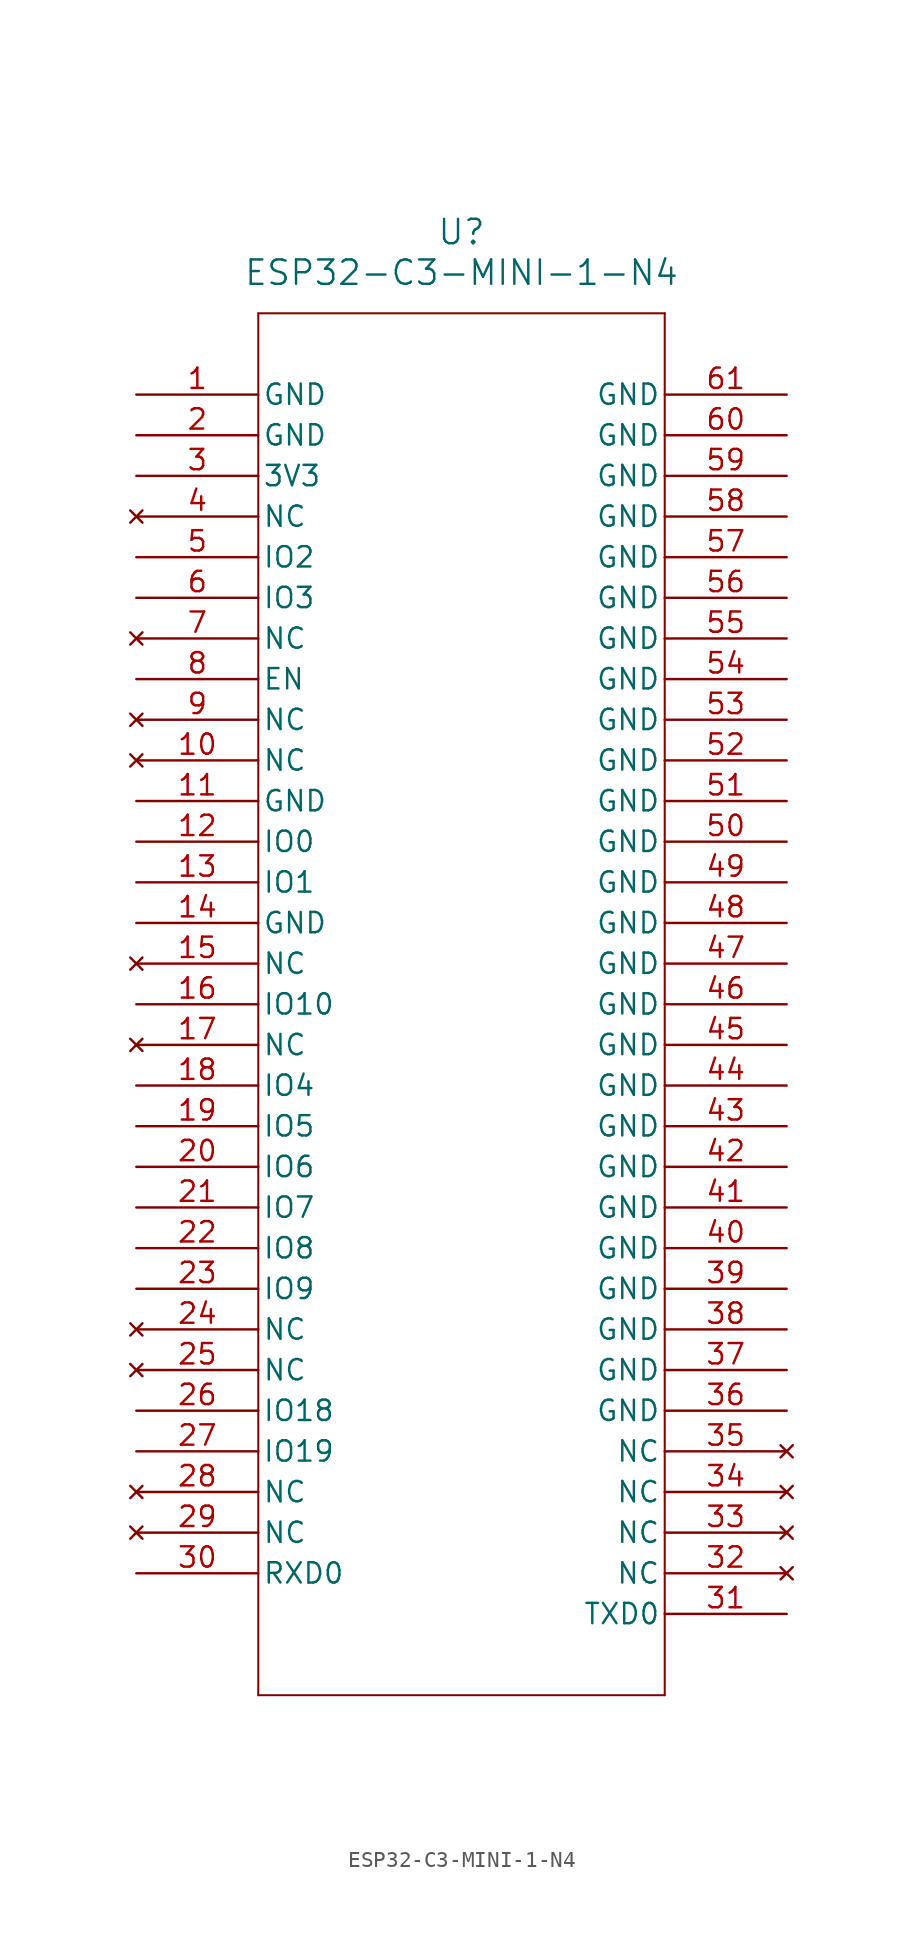
<source format=kicad_sym>
(kicad_symbol_lib
  (version 20231120)
  (generator "kicad_symbol_editor")
  (generator_version "8.0")
  (symbol "ESP32-C3-MINI-1-N4"
    (pin_names
      (offset 0.254))
    (property "Reference" "U"
      (at 20.32 10.16 0)
      (effects (font (size 1.524 1.524))))
    (property "Value" "ESP32-C3-MINI-1-N4"
      (at 20.32 7.62 0)
      (effects (font (size 1.524 1.524))))
    (property "ki_locked" ""
      (at 0 0 0)
      (effects (font (size 1.27 1.27))))
    (symbol "ESP32-C3-MINI-1-N4_0_1"
      (polyline (pts (xy 7.62 -81.28) (xy 33.02 -81.28)) (stroke (width 0.127) (type default)) (fill (type none)))
      (polyline (pts (xy 7.62 5.08) (xy 7.62 -81.28)) (stroke (width 0.127) (type default)) (fill (type none)))
      (polyline (pts (xy 33.02 -81.28) (xy 33.02 5.08)) (stroke (width 0.127) (type default)) (fill (type none)))
      (polyline (pts (xy 33.02 5.08) (xy 7.62 5.08)) (stroke (width 0.127) (type default)) (fill (type none)))
      (pin power_out line (at 0 0 0) (length 7.62) (name "GND" (effects (font (size 1.27 1.27)))) (number "1" (effects (font (size 1.27 1.27)))))
      (pin no_connect line (at 0 -22.86 0) (length 7.62) (name "NC" (effects (font (size 1.27 1.27)))) (number "10" (effects (font (size 1.27 1.27)))))
      (pin power_out line (at 0 -25.4 0) (length 7.62) (name "GND" (effects (font (size 1.27 1.27)))) (number "11" (effects (font (size 1.27 1.27)))))
      (pin bidirectional line (at 0 -27.94 0) (length 7.62) (name "IO0" (effects (font (size 1.27 1.27)))) (number "12" (effects (font (size 1.27 1.27)))))
      (pin bidirectional line (at 0 -30.48 0) (length 7.62) (name "IO1" (effects (font (size 1.27 1.27)))) (number "13" (effects (font (size 1.27 1.27)))))
      (pin power_out line (at 0 -33.02 0) (length 7.62) (name "GND" (effects (font (size 1.27 1.27)))) (number "14" (effects (font (size 1.27 1.27)))))
      (pin no_connect line (at 0 -35.56 0) (length 7.62) (name "NC" (effects (font (size 1.27 1.27)))) (number "15" (effects (font (size 1.27 1.27)))))
      (pin bidirectional line (at 0 -38.1 0) (length 7.62) (name "IO10" (effects (font (size 1.27 1.27)))) (number "16" (effects (font (size 1.27 1.27)))))
      (pin no_connect line (at 0 -40.64 0) (length 7.62) (name "NC" (effects (font (size 1.27 1.27)))) (number "17" (effects (font (size 1.27 1.27)))))
      (pin bidirectional line (at 0 -43.18 0) (length 7.62) (name "IO4" (effects (font (size 1.27 1.27)))) (number "18" (effects (font (size 1.27 1.27)))))
      (pin bidirectional line (at 0 -45.72 0) (length 7.62) (name "IO5" (effects (font (size 1.27 1.27)))) (number "19" (effects (font (size 1.27 1.27)))))
      (pin power_out line (at 0 -2.54 0) (length 7.62) (name "GND" (effects (font (size 1.27 1.27)))) (number "2" (effects (font (size 1.27 1.27)))))
      (pin bidirectional line (at 0 -48.26 0) (length 7.62) (name "IO6" (effects (font (size 1.27 1.27)))) (number "20" (effects (font (size 1.27 1.27)))))
      (pin bidirectional line (at 0 -50.8 0) (length 7.62) (name "IO7" (effects (font (size 1.27 1.27)))) (number "21" (effects (font (size 1.27 1.27)))))
      (pin bidirectional line (at 0 -53.34 0) (length 7.62) (name "IO8" (effects (font (size 1.27 1.27)))) (number "22" (effects (font (size 1.27 1.27)))))
      (pin bidirectional line (at 0 -55.88 0) (length 7.62) (name "IO9" (effects (font (size 1.27 1.27)))) (number "23" (effects (font (size 1.27 1.27)))))
      (pin no_connect line (at 0 -58.42 0) (length 7.62) (name "NC" (effects (font (size 1.27 1.27)))) (number "24" (effects (font (size 1.27 1.27)))))
      (pin no_connect line (at 0 -60.96 0) (length 7.62) (name "NC" (effects (font (size 1.27 1.27)))) (number "25" (effects (font (size 1.27 1.27)))))
      (pin bidirectional line (at 0 -63.5 0) (length 7.62) (name "IO18" (effects (font (size 1.27 1.27)))) (number "26" (effects (font (size 1.27 1.27)))))
      (pin bidirectional line (at 0 -66.04 0) (length 7.62) (name "IO19" (effects (font (size 1.27 1.27)))) (number "27" (effects (font (size 1.27 1.27)))))
      (pin no_connect line (at 0 -68.58 0) (length 7.62) (name "NC" (effects (font (size 1.27 1.27)))) (number "28" (effects (font (size 1.27 1.27)))))
      (pin no_connect line (at 0 -71.12 0) (length 7.62) (name "NC" (effects (font (size 1.27 1.27)))) (number "29" (effects (font (size 1.27 1.27)))))
      (pin power_in line (at 0 -5.08 0) (length 7.62) (name "3V3" (effects (font (size 1.27 1.27)))) (number "3" (effects (font (size 1.27 1.27)))))
      (pin bidirectional line (at 0 -73.66 0) (length 7.62) (name "RXD0" (effects (font (size 1.27 1.27)))) (number "30" (effects (font (size 1.27 1.27)))))
      (pin bidirectional line (at 40.64 -76.2 180) (length 7.62) (name "TXD0" (effects (font (size 1.27 1.27)))) (number "31" (effects (font (size 1.27 1.27)))))
      (pin no_connect line (at 40.64 -73.66 180) (length 7.62) (name "NC" (effects (font (size 1.27 1.27)))) (number "32" (effects (font (size 1.27 1.27)))))
      (pin no_connect line (at 40.64 -71.12 180) (length 7.62) (name "NC" (effects (font (size 1.27 1.27)))) (number "33" (effects (font (size 1.27 1.27)))))
      (pin no_connect line (at 40.64 -68.58 180) (length 7.62) (name "NC" (effects (font (size 1.27 1.27)))) (number "34" (effects (font (size 1.27 1.27)))))
      (pin no_connect line (at 40.64 -66.04 180) (length 7.62) (name "NC" (effects (font (size 1.27 1.27)))) (number "35" (effects (font (size 1.27 1.27)))))
      (pin power_out line (at 40.64 -63.5 180) (length 7.62) (name "GND" (effects (font (size 1.27 1.27)))) (number "36" (effects (font (size 1.27 1.27)))))
      (pin power_out line (at 40.64 -60.96 180) (length 7.62) (name "GND" (effects (font (size 1.27 1.27)))) (number "37" (effects (font (size 1.27 1.27)))))
      (pin power_out line (at 40.64 -58.42 180) (length 7.62) (name "GND" (effects (font (size 1.27 1.27)))) (number "38" (effects (font (size 1.27 1.27)))))
      (pin power_out line (at 40.64 -55.88 180) (length 7.62) (name "GND" (effects (font (size 1.27 1.27)))) (number "39" (effects (font (size 1.27 1.27)))))
      (pin no_connect line (at 0 -7.62 0) (length 7.62) (name "NC" (effects (font (size 1.27 1.27)))) (number "4" (effects (font (size 1.27 1.27)))))
      (pin power_out line (at 40.64 -53.34 180) (length 7.62) (name "GND" (effects (font (size 1.27 1.27)))) (number "40" (effects (font (size 1.27 1.27)))))
      (pin power_out line (at 40.64 -50.8 180) (length 7.62) (name "GND" (effects (font (size 1.27 1.27)))) (number "41" (effects (font (size 1.27 1.27)))))
      (pin power_out line (at 40.64 -48.26 180) (length 7.62) (name "GND" (effects (font (size 1.27 1.27)))) (number "42" (effects (font (size 1.27 1.27)))))
      (pin power_out line (at 40.64 -45.72 180) (length 7.62) (name "GND" (effects (font (size 1.27 1.27)))) (number "43" (effects (font (size 1.27 1.27)))))
      (pin power_out line (at 40.64 -43.18 180) (length 7.62) (name "GND" (effects (font (size 1.27 1.27)))) (number "44" (effects (font (size 1.27 1.27)))))
      (pin power_out line (at 40.64 -40.64 180) (length 7.62) (name "GND" (effects (font (size 1.27 1.27)))) (number "45" (effects (font (size 1.27 1.27)))))
      (pin power_out line (at 40.64 -38.1 180) (length 7.62) (name "GND" (effects (font (size 1.27 1.27)))) (number "46" (effects (font (size 1.27 1.27)))))
      (pin power_out line (at 40.64 -35.56 180) (length 7.62) (name "GND" (effects (font (size 1.27 1.27)))) (number "47" (effects (font (size 1.27 1.27)))))
      (pin power_out line (at 40.64 -33.02 180) (length 7.62) (name "GND" (effects (font (size 1.27 1.27)))) (number "48" (effects (font (size 1.27 1.27)))))
      (pin power_out line (at 40.64 -30.48 180) (length 7.62) (name "GND" (effects (font (size 1.27 1.27)))) (number "49" (effects (font (size 1.27 1.27)))))
      (pin bidirectional line (at 0 -10.16 0) (length 7.62) (name "IO2" (effects (font (size 1.27 1.27)))) (number "5" (effects (font (size 1.27 1.27)))))
      (pin power_out line (at 40.64 -27.94 180) (length 7.62) (name "GND" (effects (font (size 1.27 1.27)))) (number "50" (effects (font (size 1.27 1.27)))))
      (pin power_out line (at 40.64 -25.4 180) (length 7.62) (name "GND" (effects (font (size 1.27 1.27)))) (number "51" (effects (font (size 1.27 1.27)))))
      (pin power_out line (at 40.64 -22.86 180) (length 7.62) (name "GND" (effects (font (size 1.27 1.27)))) (number "52" (effects (font (size 1.27 1.27)))))
      (pin power_out line (at 40.64 -20.32 180) (length 7.62) (name "GND" (effects (font (size 1.27 1.27)))) (number "53" (effects (font (size 1.27 1.27)))))
      (pin power_out line (at 40.64 -17.78 180) (length 7.62) (name "GND" (effects (font (size 1.27 1.27)))) (number "54" (effects (font (size 1.27 1.27)))))
      (pin power_out line (at 40.64 -15.24 180) (length 7.62) (name "GND" (effects (font (size 1.27 1.27)))) (number "55" (effects (font (size 1.27 1.27)))))
      (pin power_out line (at 40.64 -12.7 180) (length 7.62) (name "GND" (effects (font (size 1.27 1.27)))) (number "56" (effects (font (size 1.27 1.27)))))
      (pin power_out line (at 40.64 -10.16 180) (length 7.62) (name "GND" (effects (font (size 1.27 1.27)))) (number "57" (effects (font (size 1.27 1.27)))))
      (pin power_out line (at 40.64 -7.62 180) (length 7.62) (name "GND" (effects (font (size 1.27 1.27)))) (number "58" (effects (font (size 1.27 1.27)))))
      (pin power_out line (at 40.64 -5.08 180) (length 7.62) (name "GND" (effects (font (size 1.27 1.27)))) (number "59" (effects (font (size 1.27 1.27)))))
      (pin bidirectional line (at 0 -12.7 0) (length 7.62) (name "IO3" (effects (font (size 1.27 1.27)))) (number "6" (effects (font (size 1.27 1.27)))))
      (pin power_out line (at 40.64 -2.54 180) (length 7.62) (name "GND" (effects (font (size 1.27 1.27)))) (number "60" (effects (font (size 1.27 1.27)))))
      (pin power_out line (at 40.64 0 180) (length 7.62) (name "GND" (effects (font (size 1.27 1.27)))) (number "61" (effects (font (size 1.27 1.27)))))
      (pin no_connect line (at 0 -15.24 0) (length 7.62) (name "NC" (effects (font (size 1.27 1.27)))) (number "7" (effects (font (size 1.27 1.27)))))
      (pin input line (at 0 -17.78 0) (length 7.62) (name "EN" (effects (font (size 1.27 1.27)))) (number "8" (effects (font (size 1.27 1.27)))))
      (pin no_connect line (at 0 -20.32 0) (length 7.62) (name "NC" (effects (font (size 1.27 1.27)))) (number "9" (effects (font (size 1.27 1.27))))))))
</source>
